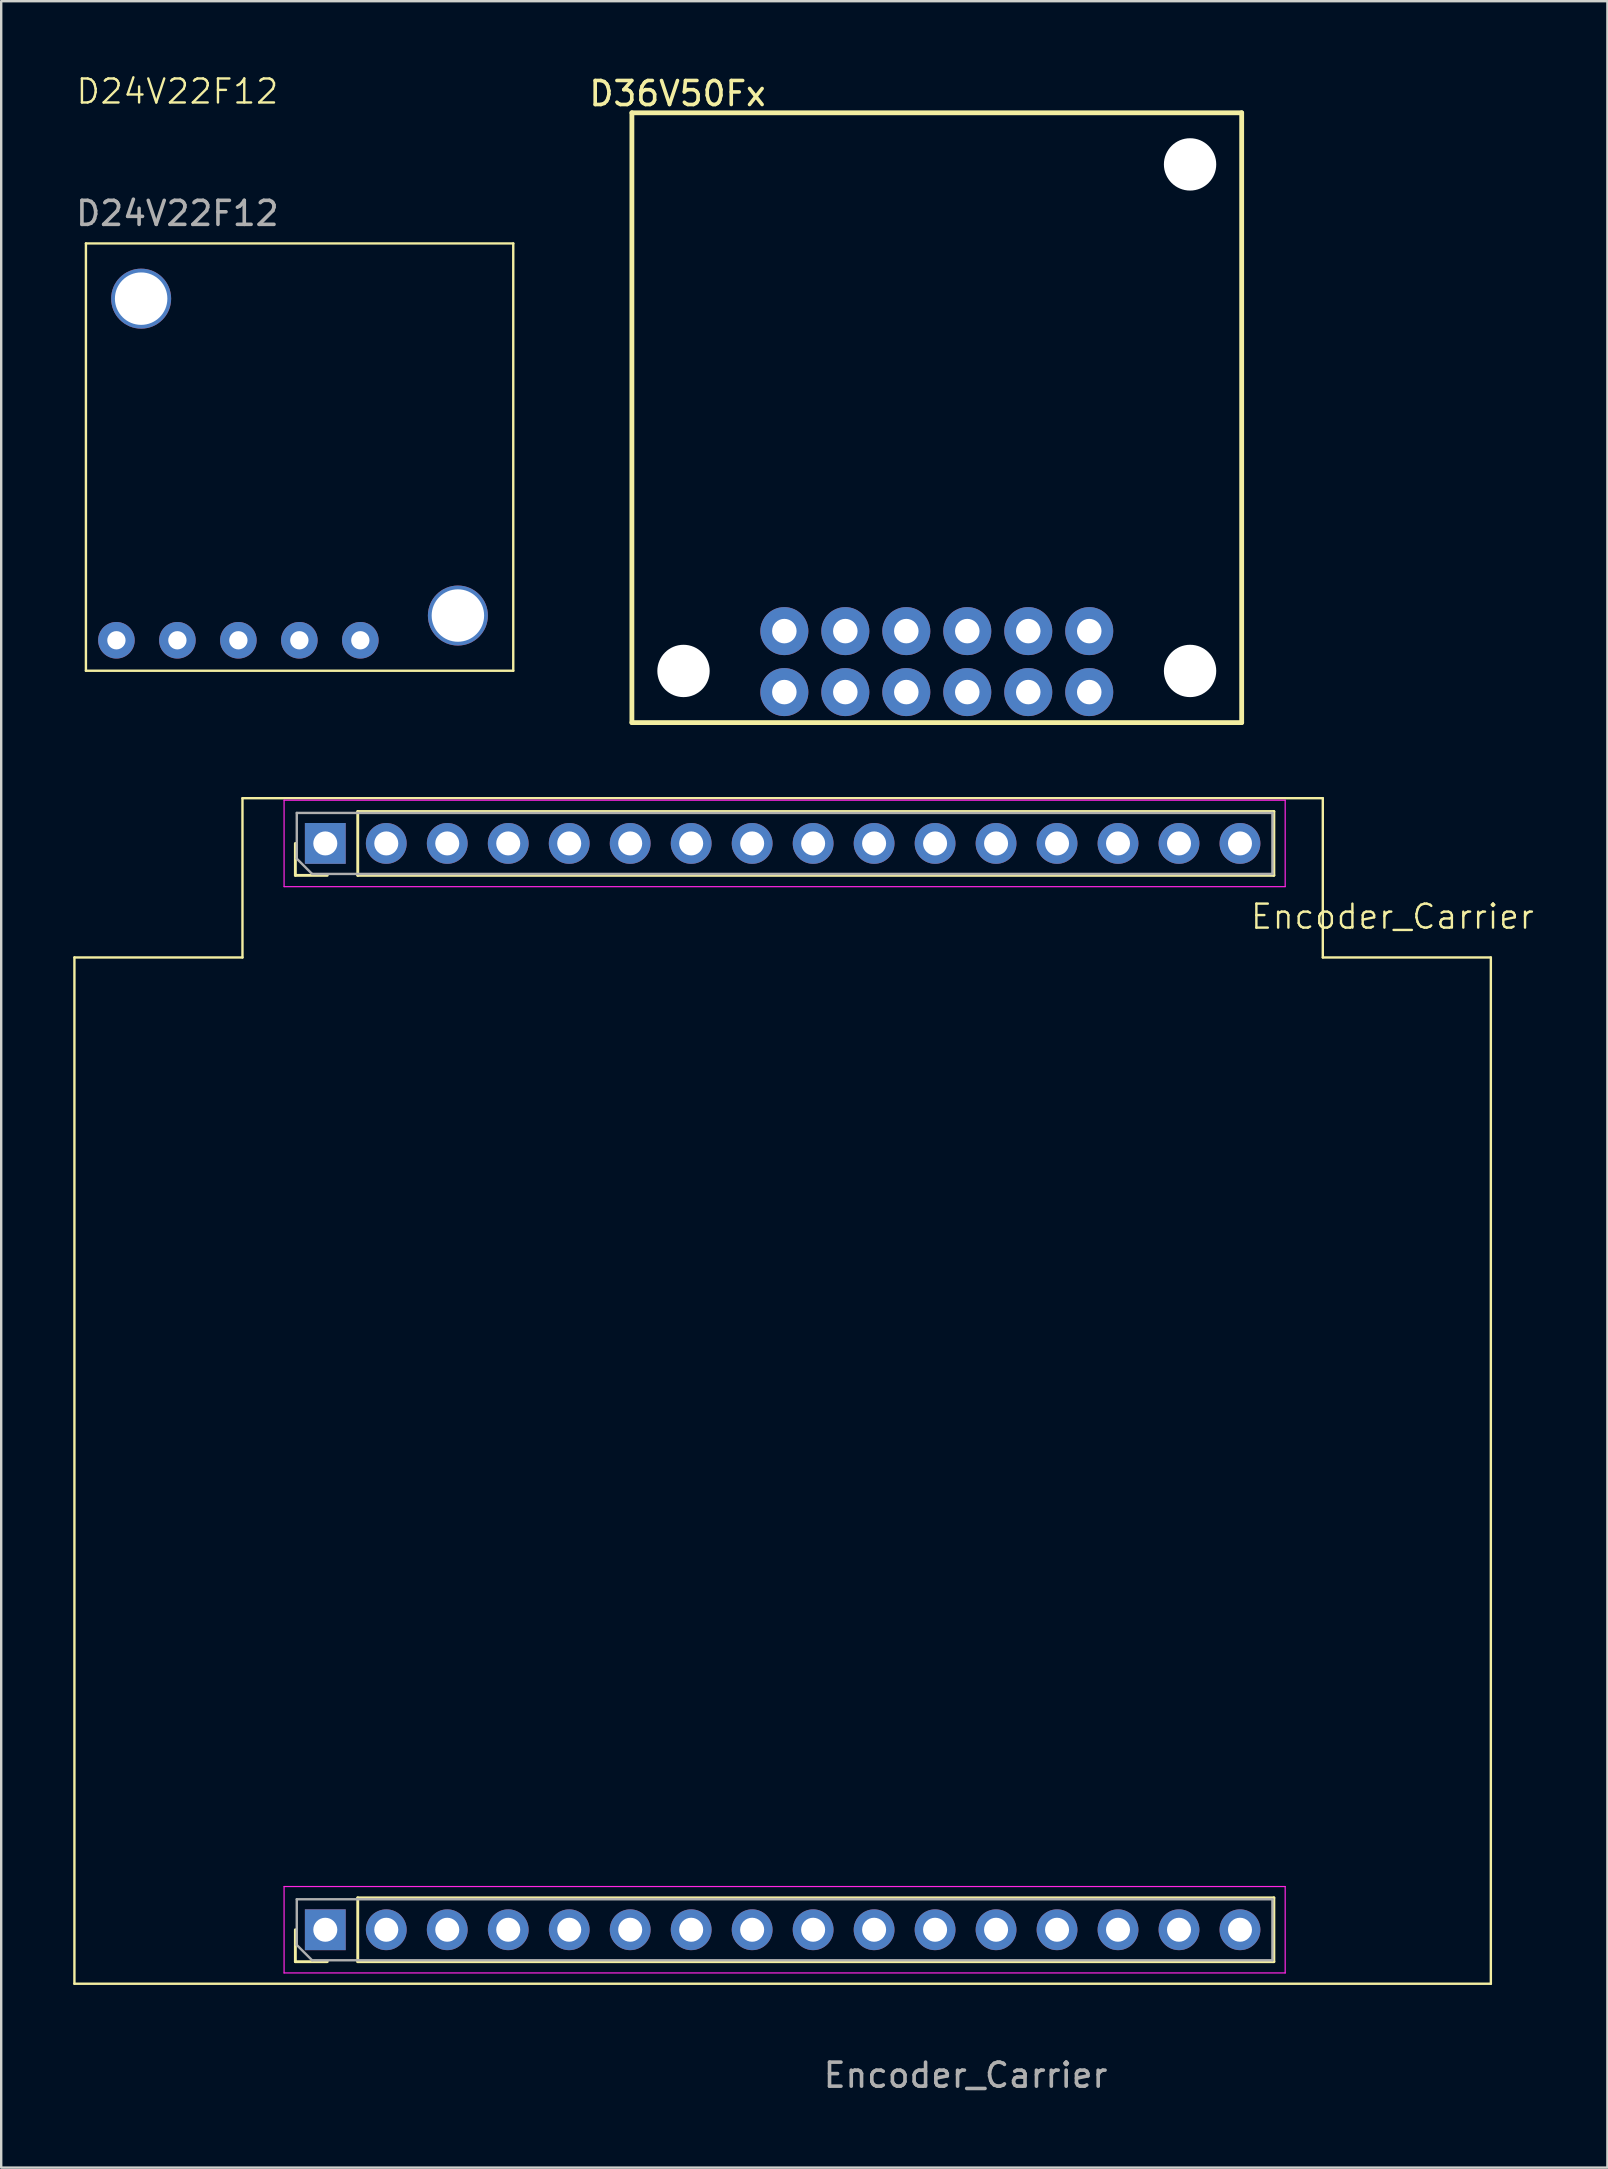
<source format=kicad_pcb>
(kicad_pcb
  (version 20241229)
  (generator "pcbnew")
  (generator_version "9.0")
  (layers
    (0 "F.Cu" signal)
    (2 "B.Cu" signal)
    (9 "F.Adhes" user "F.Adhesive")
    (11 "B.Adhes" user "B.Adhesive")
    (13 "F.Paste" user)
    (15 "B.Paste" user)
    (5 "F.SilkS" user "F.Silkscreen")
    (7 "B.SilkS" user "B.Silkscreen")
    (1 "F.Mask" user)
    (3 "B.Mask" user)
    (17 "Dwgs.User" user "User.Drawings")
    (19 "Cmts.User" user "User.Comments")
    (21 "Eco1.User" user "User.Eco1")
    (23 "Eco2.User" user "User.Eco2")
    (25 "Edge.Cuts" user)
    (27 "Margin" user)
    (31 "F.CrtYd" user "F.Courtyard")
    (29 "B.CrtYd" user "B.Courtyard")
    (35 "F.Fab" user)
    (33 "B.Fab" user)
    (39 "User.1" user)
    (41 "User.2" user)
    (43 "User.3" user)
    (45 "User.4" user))
  (footprint "D36V50Fx"
    (layer "F.Cu")
    (at 35.971 14.348)
    (property "Reference" "D36V50Fx" (at -10.8 -13.5 0) (layer "F.SilkS") (effects (font (size 1 1) (thickness 0.15))))
    (attr through_hole)
    (fp_line (start -12.7 -12.7) (end -12.7 12.7) (stroke (width 0.2) (type solid)) (layer "F.SilkS"))
    (fp_line (start -12.7 -12.7) (end 12.7 -12.7) (stroke (width 0.2) (type solid)) (layer "F.SilkS"))
    (fp_line (start -12.7 12.7) (end 12.7 12.7) (stroke (width 0.2) (type solid)) (layer "F.SilkS"))
    (fp_line (start 12.7 -12.7) (end 12.7 12.7) (stroke (width 0.2) (type solid)) (layer "F.SilkS"))
    (pad "" np_thru_hole circle (at -10.55 10.55) (size 2.18 2.18) (drill 2.18) (layers "*.Cu" "*.Mask"))
    (pad "" np_thru_hole circle (at 10.55 -10.55) (size 2.18 2.18) (drill 2.18) (layers "*.Cu" "*.Mask"))
    (pad "" np_thru_hole circle (at 10.55 10.55) (size 2.18 2.18) (drill 2.18) (layers "*.Cu" "*.Mask"))
    (pad "1" thru_hole circle (at -6.35 8.89) (size 2 2) (drill 1.02) (layers "*.Cu" "*.Mask"))
    (pad "2" thru_hole circle (at -6.35 11.43) (size 2 2) (drill 1.02) (layers "*.Cu" "*.Mask"))
    (pad "3" thru_hole circle (at -3.81 8.89) (size 2 2) (drill 1.02) (layers "*.Cu" "*.Mask"))
    (pad "4" thru_hole circle (at -3.81 11.43) (size 2 2) (drill 1.02) (layers "*.Cu" "*.Mask"))
    (pad "5" thru_hole circle (at -1.27 8.89) (size 2 2) (drill 1.02) (layers "*.Cu" "*.Mask"))
    (pad "6" thru_hole circle (at -1.27 11.43) (size 2 2) (drill 1.02) (layers "*.Cu" "*.Mask"))
    (pad "7" thru_hole circle (at 1.27 8.89) (size 2 2) (drill 1.02) (layers "*.Cu" "*.Mask"))
    (pad "8" thru_hole circle (at 1.27 11.43) (size 2 2) (drill 1.02) (layers "*.Cu" "*.Mask"))
    (pad "9" thru_hole circle (at 3.81 8.89) (size 2 2) (drill 1.02) (layers "*.Cu" "*.Mask"))
    (pad "10" thru_hole circle (at 3.81 11.43) (size 2 2) (drill 1.02) (layers "*.Cu" "*.Mask"))
    (pad "11" thru_hole circle (at 6.35 8.89) (size 2 2) (drill 1.02) (layers "*.Cu" "*.Mask"))
    (pad "12" thru_hole circle (at 6.35 11.43) (size 2 2) (drill 1.02) (layers "*.Cu" "*.Mask")))
  (footprint "D24V22F12"
    (layer "F.Cu")
    (at 1.799 23.62)
    (property "Reference" "D24V22F12" (at 2.54 -22.86 0) (unlocked yes) (layer "F.SilkS") (effects (font (size 1 1) (thickness 0.1))))
    (attr through_hole)
    (fp_line (start -1.27 -16.53) (end 16.53 -16.53) (stroke (width 0.1) (type default)) (layer "F.SilkS"))
    (fp_line (start -1.27 1.27) (end -1.27 -16.53) (stroke (width 0.1) (type default)) (layer "F.SilkS"))
    (fp_line (start -1.27 1.27) (end 16.53 1.27) (stroke (width 0.1) (type default)) (layer "F.SilkS"))
    (fp_line (start 16.53 1.27) (end 16.53 -16.53) (stroke (width 0.1) (type default)) (layer "F.SilkS"))
    (fp_text user "${REFERENCE}" (at 2.54 -17.78 0) (unlocked yes) (layer "F.Fab") (effects (font (size 1 1) (thickness 0.15))))
    (pad "" thru_hole circle (at 1.03 -14.23) (size 2.5 2.5) (drill 2.184) (layers "*.Cu" "*.Mask"))
    (pad "" thru_hole circle (at 14.224 -1.03) (size 2.5 2.5) (drill 2.184) (layers "*.Cu" "*.Mask"))
    (pad "1" thru_hole circle (at 0 0) (size 1.524 1.524) (drill 0.762) (layers "*.Cu" "*.Mask"))
    (pad "2" thru_hole circle (at 2.54 0) (size 1.524 1.524) (drill 0.762) (layers "*.Cu" "*.Mask"))
    (pad "3" thru_hole circle (at 5.08 0) (size 1.524 1.524) (drill 0.762) (layers "*.Cu" "*.Mask"))
    (pad "4" thru_hole circle (at 7.62 0) (size 1.524 1.524) (drill 0.762) (layers "*.Cu" "*.Mask"))
    (pad "5" thru_hole circle (at 10.16 0) (size 1.524 1.524) (drill 0.762) (layers "*.Cu" "*.Mask")))
  (footprint "Encoder_Carrier"
    (layer "F.Cu")
    (at 29.55 79.582)
    (property "Reference" "Encoder_Carrier" (at 25.4 -44.45 0) (unlocked yes) (layer "F.SilkS") (effects (font (size 1 1) (thickness 0.1))))
    (fp_line (start -29.5 -42.75) (end -22.5 -42.75) (stroke (width 0.1) (type default)) (layer "F.SilkS"))
    (fp_line (start -29.5 0) (end -29.5 -42.75) (stroke (width 0.1) (type default)) (layer "F.SilkS"))
    (fp_line (start -29.5 0) (end 29.5 0) (stroke (width 0.1) (type default)) (layer "F.SilkS"))
    (fp_line (start -22.5 -42.75) (end -22.5 -49.384) (stroke (width 0.1) (type default)) (layer "F.SilkS"))
    (fp_line (start -20.297 -46.17) (end -20.297 -47.5) (stroke (width 0.12) (type solid)) (layer "F.SilkS"))
    (fp_line (start -20.297 -0.92) (end -20.297 -2.25) (stroke (width 0.12) (type solid)) (layer "F.SilkS"))
    (fp_line (start -18.968 -46.17) (end -20.297 -46.17) (stroke (width 0.12) (type solid)) (layer "F.SilkS"))
    (fp_line (start -18.968 -0.92) (end -20.297 -0.92) (stroke (width 0.12) (type solid)) (layer "F.SilkS"))
    (fp_line (start -17.698 -48.83) (end 20.462 -48.83) (stroke (width 0.12) (type solid)) (layer "F.SilkS"))
    (fp_line (start -17.698 -46.17) (end -17.698 -48.83) (stroke (width 0.12) (type solid)) (layer "F.SilkS"))
    (fp_line (start -17.698 -46.17) (end 20.462 -46.17) (stroke (width 0.12) (type solid)) (layer "F.SilkS"))
    (fp_line (start -17.698 -3.58) (end 20.462 -3.58) (stroke (width 0.12) (type solid)) (layer "F.SilkS"))
    (fp_line (start -17.698 -0.92) (end -17.698 -3.58) (stroke (width 0.12) (type solid)) (layer "F.SilkS"))
    (fp_line (start -17.698 -0.92) (end 20.462 -0.92) (stroke (width 0.12) (type solid)) (layer "F.SilkS"))
    (fp_line (start 20.462 -46.17) (end 20.462 -48.83) (stroke (width 0.12) (type solid)) (layer "F.SilkS"))
    (fp_line (start 20.462 -0.92) (end 20.462 -3.58) (stroke (width 0.12) (type solid)) (layer "F.SilkS"))
    (fp_line (start 22.5 -49.384) (end -22.5 -49.384) (stroke (width 0.1) (type default)) (layer "F.SilkS"))
    (fp_line (start 22.5 -49.384) (end 22.5 -42.75) (stroke (width 0.1) (type default)) (layer "F.SilkS"))
    (fp_line (start 22.5 -42.75) (end 29.5 -42.75) (stroke (width 0.1) (type default)) (layer "F.SilkS"))
    (fp_line (start 29.5 -42.75) (end 29.5 0) (stroke (width 0.1) (type default)) (layer "F.SilkS"))
    (fp_line (start -20.767 -49.3) (end -20.767 -45.7) (stroke (width 0.05) (type solid)) (layer "F.CrtYd"))
    (fp_line (start -20.767 -45.7) (end 20.933 -45.7) (stroke (width 0.05) (type solid)) (layer "F.CrtYd"))
    (fp_line (start -20.767 -4.05) (end -20.767 -0.45) (stroke (width 0.05) (type solid)) (layer "F.CrtYd"))
    (fp_line (start -20.767 -0.45) (end 20.933 -0.45) (stroke (width 0.05) (type solid)) (layer "F.CrtYd"))
    (fp_line (start 20.933 -49.3) (end -20.767 -49.3) (stroke (width 0.05) (type solid)) (layer "F.CrtYd"))
    (fp_line (start 20.933 -45.7) (end 20.933 -49.3) (stroke (width 0.05) (type solid)) (layer "F.CrtYd"))
    (fp_line (start 20.933 -4.05) (end -20.767 -4.05) (stroke (width 0.05) (type solid)) (layer "F.CrtYd"))
    (fp_line (start 20.933 -0.45) (end 20.933 -4.05) (stroke (width 0.05) (type solid)) (layer "F.CrtYd"))
    (fp_line (start -20.238 -48.77) (end 20.402 -48.77) (stroke (width 0.1) (type solid)) (layer "F.Fab"))
    (fp_line (start -20.238 -46.865) (end -20.238 -48.77) (stroke (width 0.1) (type solid)) (layer "F.Fab"))
    (fp_line (start -20.238 -3.52) (end 20.402 -3.52) (stroke (width 0.1) (type solid)) (layer "F.Fab"))
    (fp_line (start -20.238 -1.615) (end -20.238 -3.52) (stroke (width 0.1) (type solid)) (layer "F.Fab"))
    (fp_line (start -19.602 -46.23) (end -20.238 -46.865) (stroke (width 0.1) (type solid)) (layer "F.Fab"))
    (fp_line (start -19.602 -0.98) (end -20.238 -1.615) (stroke (width 0.1) (type solid)) (layer "F.Fab"))
    (fp_line (start 20.402 -48.77) (end 20.402 -46.23) (stroke (width 0.1) (type solid)) (layer "F.Fab"))
    (fp_line (start 20.402 -46.23) (end -19.602 -46.23) (stroke (width 0.1) (type solid)) (layer "F.Fab"))
    (fp_line (start 20.402 -3.52) (end 20.402 -0.98) (stroke (width 0.1) (type solid)) (layer "F.Fab"))
    (fp_line (start 20.402 -0.98) (end -19.602 -0.98) (stroke (width 0.1) (type solid)) (layer "F.Fab"))
    (fp_text user "${REFERENCE}" (at 7.62 3.81 0) (unlocked yes) (layer "F.Fab") (effects (font (size 1 1) (thickness 0.15))))
    (pad "1" thru_hole rect (at -19.05 -47.5 90) (size 1.7 1.7) (drill 1) (layers "*.Cu" "*.Mask"))
    (pad "2" thru_hole oval (at -16.51 -47.5 90) (size 1.7 1.7) (drill 1) (layers "*.Cu" "*.Mask"))
    (pad "3" thru_hole oval (at -13.97 -47.5 90) (size 1.7 1.7) (drill 1) (layers "*.Cu" "*.Mask"))
    (pad "4" thru_hole oval (at -11.43 -47.5 90) (size 1.7 1.7) (drill 1) (layers "*.Cu" "*.Mask"))
    (pad "5" thru_hole oval (at -8.89 -47.5 90) (size 1.7 1.7) (drill 1) (layers "*.Cu" "*.Mask"))
    (pad "6" thru_hole oval (at -6.35 -47.5 90) (size 1.7 1.7) (drill 1) (layers "*.Cu" "*.Mask"))
    (pad "7" thru_hole oval (at -3.81 -47.5 90) (size 1.7 1.7) (drill 1) (layers "*.Cu" "*.Mask"))
    (pad "8" thru_hole oval (at -1.27 -47.5 90) (size 1.7 1.7) (drill 1) (layers "*.Cu" "*.Mask"))
    (pad "9" thru_hole oval (at 1.27 -47.5 90) (size 1.7 1.7) (drill 1) (layers "*.Cu" "*.Mask"))
    (pad "10" thru_hole oval (at 3.81 -47.5 90) (size 1.7 1.7) (drill 1) (layers "*.Cu" "*.Mask"))
    (pad "11" thru_hole oval (at 6.35 -47.5 90) (size 1.7 1.7) (drill 1) (layers "*.Cu" "*.Mask"))
    (pad "12" thru_hole oval (at 8.89 -47.5 90) (size 1.7 1.7) (drill 1) (layers "*.Cu" "*.Mask"))
    (pad "13" thru_hole oval (at 11.43 -47.5 90) (size 1.7 1.7) (drill 1) (layers "*.Cu" "*.Mask"))
    (pad "14" thru_hole oval (at 13.97 -47.5 90) (size 1.7 1.7) (drill 1) (layers "*.Cu" "*.Mask"))
    (pad "15" thru_hole oval (at 16.51 -47.5 90) (size 1.7 1.7) (drill 1) (layers "*.Cu" "*.Mask"))
    (pad "16" thru_hole oval (at 19.05 -47.5 90) (size 1.7 1.7) (drill 1) (layers "*.Cu" "*.Mask"))
    (pad "17" thru_hole rect (at -19.05 -2.25 90) (size 1.7 1.7) (drill 1) (layers "*.Cu" "*.Mask"))
    (pad "18" thru_hole oval (at -16.51 -2.25 90) (size 1.7 1.7) (drill 1) (layers "*.Cu" "*.Mask"))
    (pad "19" thru_hole oval (at -13.97 -2.25 90) (size 1.7 1.7) (drill 1) (layers "*.Cu" "*.Mask"))
    (pad "20" thru_hole oval (at -11.43 -2.25 90) (size 1.7 1.7) (drill 1) (layers "*.Cu" "*.Mask"))
    (pad "21" thru_hole oval (at -8.89 -2.25 90) (size 1.7 1.7) (drill 1) (layers "*.Cu" "*.Mask"))
    (pad "22" thru_hole oval (at -6.35 -2.25 90) (size 1.7 1.7) (drill 1) (layers "*.Cu" "*.Mask"))
    (pad "23" thru_hole oval (at -3.81 -2.25 90) (size 1.7 1.7) (drill 1) (layers "*.Cu" "*.Mask"))
    (pad "24" thru_hole oval (at -1.27 -2.25 90) (size 1.7 1.7) (drill 1) (layers "*.Cu" "*.Mask"))
    (pad "25" thru_hole oval (at 1.27 -2.25 90) (size 1.7 1.7) (drill 1) (layers "*.Cu" "*.Mask"))
    (pad "26" thru_hole oval (at 3.81 -2.25 90) (size 1.7 1.7) (drill 1) (layers "*.Cu" "*.Mask"))
    (pad "27" thru_hole oval (at 6.35 -2.25 90) (size 1.7 1.7) (drill 1) (layers "*.Cu" "*.Mask"))
    (pad "28" thru_hole oval (at 8.89 -2.25 90) (size 1.7 1.7) (drill 1) (layers "*.Cu" "*.Mask"))
    (pad "29" thru_hole oval (at 11.43 -2.25 90) (size 1.7 1.7) (drill 1) (layers "*.Cu" "*.Mask"))
    (pad "30" thru_hole oval (at 13.97 -2.25 90) (size 1.7 1.7) (drill 1) (layers "*.Cu" "*.Mask"))
    (pad "31" thru_hole oval (at 16.51 -2.25 90) (size 1.7 1.7) (drill 1) (layers "*.Cu" "*.Mask"))
    (pad "32" thru_hole oval (at 19.05 -2.25 90) (size 1.7 1.7) (drill 1) (layers "*.Cu" "*.Mask")))
  (gr_rect
    (start -3 -3)
    (end 63.905 87.24)
    (stroke (width 0.1) (type default))
    (fill no)
    (layer "Edge.Cuts")))
</source>
